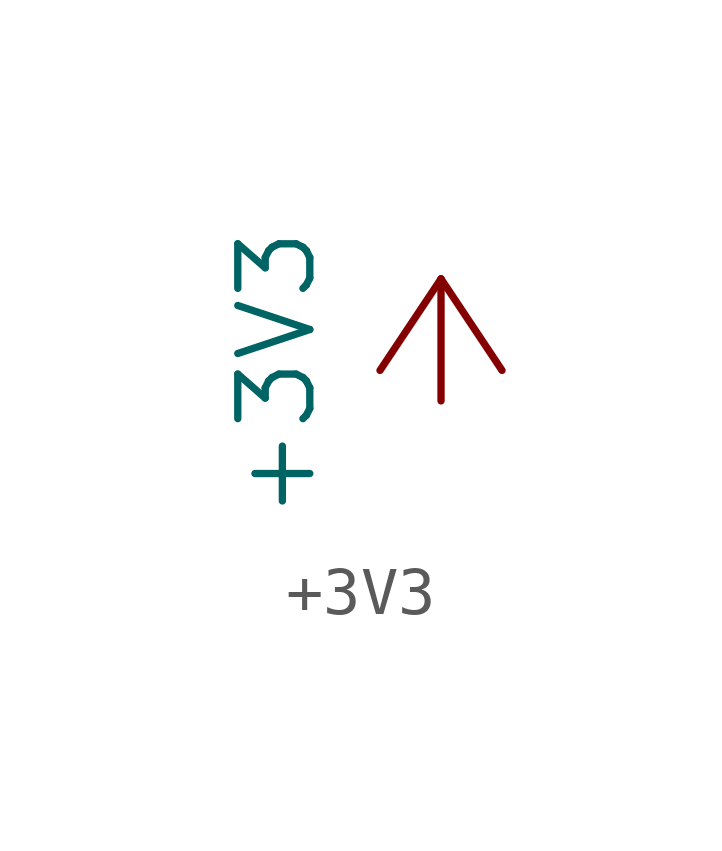
<source format=kicad_sym>
(kicad_symbol_lib
  (version 20211014)
  (generator kicad_symbol_editor)
  (symbol "+3V3"
    (power)
    (pin_names
      (offset 1.016))
    (property "Reference" "#+3V3"
      (at 0 0 0)
      (effects (font (size 1.27 1.27)) hide))
    (property "Value" "+3V3"
      (at -2.54 -5.08 90)
      (effects (font (size 1.499 1.499)) (justify left bottom)))
    (property "ki_locked" ""
      (at 0 0 0)
      (effects (font (size 1.27 1.27))))
    (symbol "+3V3_1_0"
      (polyline (pts (xy 0 0) (xy -1.27 -1.905)) (stroke (width 0) (type default) (color 0 0 0 0)) (fill (type none)))
      (polyline (pts (xy 1.27 -1.905) (xy 0 0)) (stroke (width 0) (type default) (color 0 0 0 0)) (fill (type none)))
      (pin power_in line (at 0 -2.54 90) (length 2.54) (name "+3V3" (effects (font (size 0 0)))) (number "1" (effects (font (size 0 0))))))))
</source>
